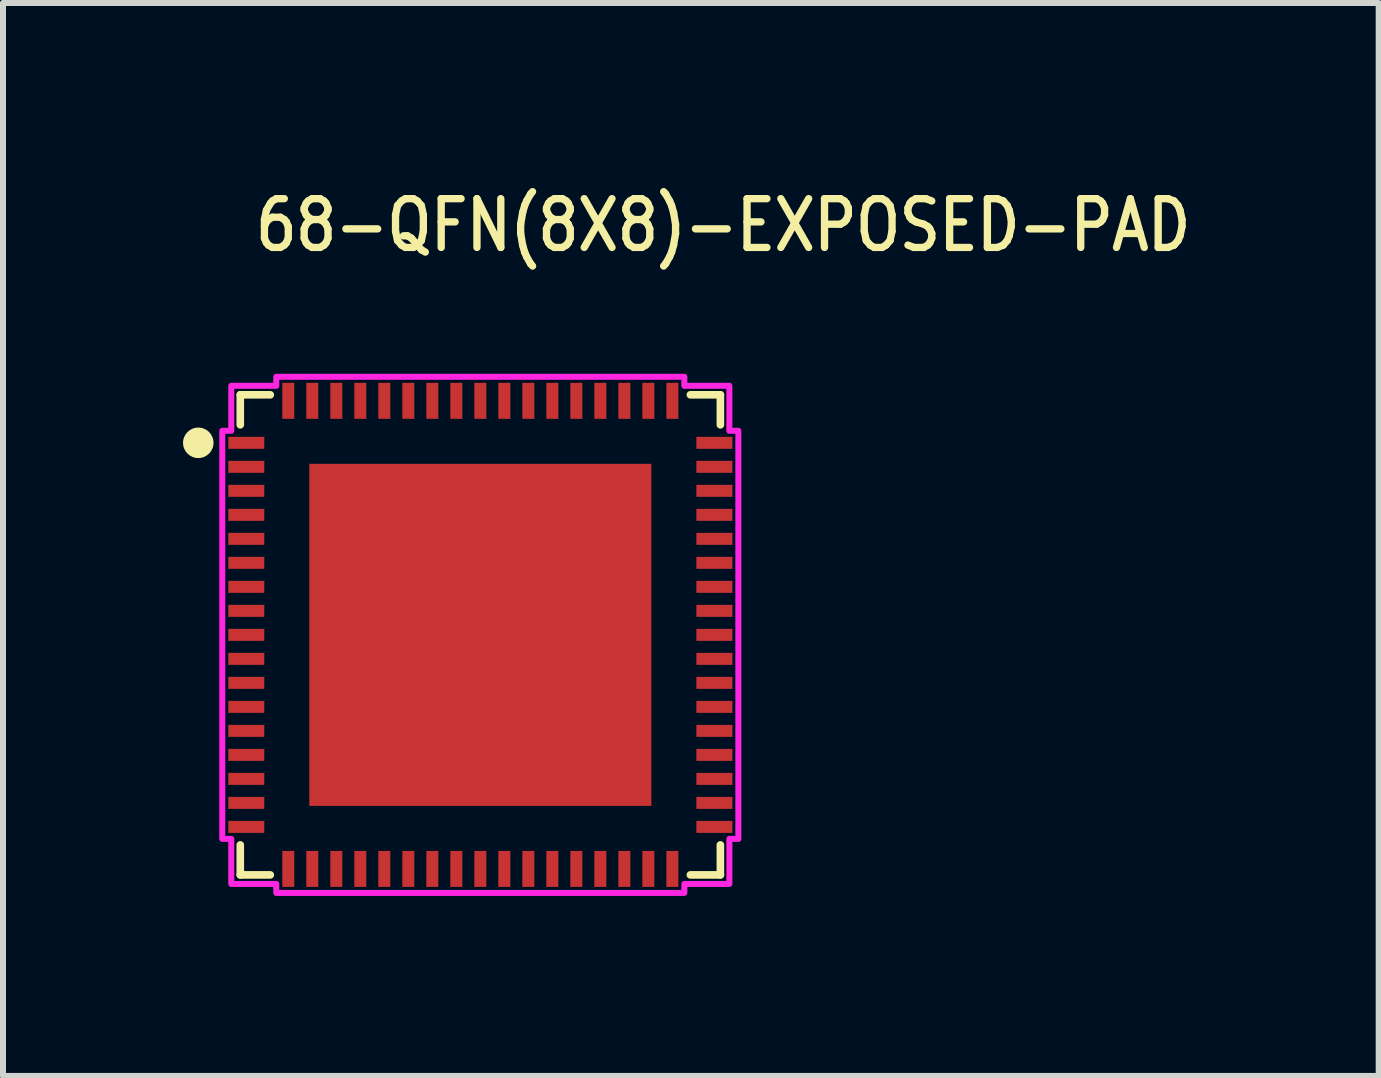
<source format=kicad_pcb>
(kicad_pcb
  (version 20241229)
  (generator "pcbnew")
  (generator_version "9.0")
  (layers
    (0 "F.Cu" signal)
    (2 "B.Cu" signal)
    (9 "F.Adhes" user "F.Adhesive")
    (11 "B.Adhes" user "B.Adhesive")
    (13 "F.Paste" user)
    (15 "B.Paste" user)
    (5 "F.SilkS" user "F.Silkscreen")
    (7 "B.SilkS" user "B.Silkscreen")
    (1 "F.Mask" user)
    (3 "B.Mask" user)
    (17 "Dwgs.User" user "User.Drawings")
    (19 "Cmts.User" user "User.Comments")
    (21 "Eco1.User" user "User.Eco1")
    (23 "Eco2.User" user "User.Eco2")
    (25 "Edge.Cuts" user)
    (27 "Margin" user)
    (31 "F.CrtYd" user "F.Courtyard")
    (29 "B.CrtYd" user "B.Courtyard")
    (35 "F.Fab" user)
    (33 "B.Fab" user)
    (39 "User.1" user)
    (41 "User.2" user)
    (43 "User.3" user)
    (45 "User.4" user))
  (footprint "68-QFN(8X8)-EXPOSED-PAD"
    (layer "F.Cu")
    (at 4.954 7.529)
    (property "Reference" "68-QFN(8X8)-EXPOSED-PAD" (at -3.81 -6.35 0) (unlocked yes) (layer "F.SilkS") (effects (font (size 0.813 0.695) (thickness 0.122)) (justify left bottom)))
    (fp_line (start -4 -4) (end -4 -3.5) (stroke (width 0.127) (type solid)) (layer "F.SilkS"))
    (fp_line (start -4 3.5) (end -4 4) (stroke (width 0.127) (type solid)) (layer "F.SilkS"))
    (fp_line (start -4 4) (end -3.5 4) (stroke (width 0.127) (type solid)) (layer "F.SilkS"))
    (fp_line (start -3.5 -4) (end -4 -4) (stroke (width 0.127) (type solid)) (layer "F.SilkS"))
    (fp_line (start 3.5 -4) (end 4 -4) (stroke (width 0.127) (type solid)) (layer "F.SilkS"))
    (fp_line (start 4 -4) (end 4 -3.5) (stroke (width 0.127) (type solid)) (layer "F.SilkS"))
    (fp_line (start 4 3.5) (end 4 4) (stroke (width 0.127) (type solid)) (layer "F.SilkS"))
    (fp_line (start 4 4) (end 3.5 4) (stroke (width 0.127) (type solid)) (layer "F.SilkS"))
    (fp_circle (center -4.7 -3.2) (end -4.446 -3.2) (stroke (width 0) (type solid)) (fill yes) (layer "F.SilkS"))
    (fp_poly (pts (xy -2.6 -2.6) (xy -1.45 -2.6) (xy -1.45 -1.45) (xy -2.6 -1.45)) (stroke (width 0) (type solid)) (fill yes) (layer "F.Paste"))
    (fp_poly (pts (xy -2.6 -1.25) (xy -1.45 -1.25) (xy -1.45 -0.1) (xy -2.6 -0.1)) (stroke (width 0) (type solid)) (fill yes) (layer "F.Paste"))
    (fp_poly (pts (xy -2.6 0.1) (xy -1.45 0.1) (xy -1.45 1.25) (xy -2.6 1.25)) (stroke (width 0) (type solid)) (fill yes) (layer "F.Paste"))
    (fp_poly (pts (xy -2.6 1.45) (xy -1.45 1.45) (xy -1.45 2.6) (xy -2.6 2.6)) (stroke (width 0) (type solid)) (fill yes) (layer "F.Paste"))
    (fp_poly (pts (xy -1.25 -2.6) (xy -0.1 -2.6) (xy -0.1 -1.45) (xy -1.25 -1.45)) (stroke (width 0) (type solid)) (fill yes) (layer "F.Paste"))
    (fp_poly (pts (xy -1.25 -1.25) (xy -0.1 -1.25) (xy -0.1 -0.1) (xy -1.25 -0.1)) (stroke (width 0) (type solid)) (fill yes) (layer "F.Paste"))
    (fp_poly (pts (xy -1.25 0.1) (xy -0.1 0.1) (xy -0.1 1.25) (xy -1.25 1.25)) (stroke (width 0) (type solid)) (fill yes) (layer "F.Paste"))
    (fp_poly (pts (xy -1.25 1.45) (xy -0.1 1.45) (xy -0.1 2.6) (xy -1.25 2.6)) (stroke (width 0) (type solid)) (fill yes) (layer "F.Paste"))
    (fp_poly (pts (xy 0.1 -2.6) (xy 1.25 -2.6) (xy 1.25 -1.45) (xy 0.1 -1.45)) (stroke (width 0) (type solid)) (fill yes) (layer "F.Paste"))
    (fp_poly (pts (xy 0.1 -1.25) (xy 1.25 -1.25) (xy 1.25 -0.1) (xy 0.1 -0.1)) (stroke (width 0) (type solid)) (fill yes) (layer "F.Paste"))
    (fp_poly (pts (xy 0.1 0.1) (xy 1.25 0.1) (xy 1.25 1.25) (xy 0.1 1.25)) (stroke (width 0) (type solid)) (fill yes) (layer "F.Paste"))
    (fp_poly (pts (xy 0.1 1.45) (xy 1.25 1.45) (xy 1.25 2.6) (xy 0.1 2.6)) (stroke (width 0) (type solid)) (fill yes) (layer "F.Paste"))
    (fp_poly (pts (xy 1.45 -2.6) (xy 2.6 -2.6) (xy 2.6 -1.45) (xy 1.45 -1.45)) (stroke (width 0) (type solid)) (fill yes) (layer "F.Paste"))
    (fp_poly (pts (xy 1.45 -1.25) (xy 2.6 -1.25) (xy 2.6 -0.1) (xy 1.45 -0.1)) (stroke (width 0) (type solid)) (fill yes) (layer "F.Paste"))
    (fp_poly (pts (xy 1.45 0.1) (xy 2.6 0.1) (xy 2.6 1.25) (xy 1.45 1.25)) (stroke (width 0) (type solid)) (fill yes) (layer "F.Paste"))
    (fp_poly (pts (xy 1.45 1.45) (xy 2.6 1.45) (xy 2.6 2.6) (xy 1.45 2.6)) (stroke (width 0) (type solid)) (fill yes) (layer "F.Paste"))
    (fp_poly (pts (xy 3.4 -4.15) (xy 3.4 -4.3) (xy -3.4 -4.3) (xy -3.4 -4.15) (xy -4.15 -4.15) (xy -4.15 -3.4) (xy -4.3 -3.4) (xy -4.3 3.4) (xy -4.15 3.4) (xy -4.15 4.15) (xy -3.4 4.15) (xy -3.4 4.3) (xy 3.4 4.3) (xy 3.4 4.15) (xy 4.15 4.15) (xy 4.15 3.4) (xy 4.3 3.4) (xy 4.3 -3.4) (xy 4.15 -3.4) (xy 4.15 -4.15)) (stroke (width 0.1) (type solid)) (fill no) (layer "F.CrtYd"))
    (pad "1" smd rect (at -3.9 -3.2) (size 0.6 0.2) (layers "F.Cu" "F.Mask" "F.Paste"))
    (pad "2" smd rect (at -3.9 -2.8) (size 0.6 0.2) (layers "F.Cu" "F.Mask" "F.Paste"))
    (pad "3" smd rect (at -3.9 -2.4) (size 0.6 0.2) (layers "F.Cu" "F.Mask" "F.Paste"))
    (pad "4" smd rect (at -3.9 -2) (size 0.6 0.2) (layers "F.Cu" "F.Mask" "F.Paste"))
    (pad "5" smd rect (at -3.9 -1.6) (size 0.6 0.2) (layers "F.Cu" "F.Mask" "F.Paste"))
    (pad "6" smd rect (at -3.9 -1.2) (size 0.6 0.2) (layers "F.Cu" "F.Mask" "F.Paste"))
    (pad "7" smd rect (at -3.9 -0.8) (size 0.6 0.2) (layers "F.Cu" "F.Mask" "F.Paste"))
    (pad "8" smd rect (at -3.9 -0.4) (size 0.6 0.2) (layers "F.Cu" "F.Mask" "F.Paste"))
    (pad "9" smd rect (at -3.9 0) (size 0.6 0.2) (layers "F.Cu" "F.Mask" "F.Paste"))
    (pad "10" smd rect (at -3.9 0.4) (size 0.6 0.2) (layers "F.Cu" "F.Mask" "F.Paste"))
    (pad "11" smd rect (at -3.9 0.8) (size 0.6 0.2) (layers "F.Cu" "F.Mask" "F.Paste"))
    (pad "12" smd rect (at -3.9 1.2) (size 0.6 0.2) (layers "F.Cu" "F.Mask" "F.Paste"))
    (pad "13" smd rect (at -3.9 1.6) (size 0.6 0.2) (layers "F.Cu" "F.Mask" "F.Paste"))
    (pad "14" smd rect (at -3.9 2) (size 0.6 0.2) (layers "F.Cu" "F.Mask" "F.Paste"))
    (pad "15" smd rect (at -3.9 2.4) (size 0.6 0.2) (layers "F.Cu" "F.Mask" "F.Paste"))
    (pad "16" smd rect (at -3.9 2.8) (size 0.6 0.2) (layers "F.Cu" "F.Mask" "F.Paste"))
    (pad "17" smd rect (at -3.9 3.2) (size 0.6 0.2) (layers "F.Cu" "F.Mask" "F.Paste"))
    (pad "18" smd rect (at -3.2 3.9) (size 0.2 0.6) (layers "F.Cu" "F.Mask" "F.Paste"))
    (pad "19" smd rect (at -2.8 3.9) (size 0.2 0.6) (layers "F.Cu" "F.Mask" "F.Paste"))
    (pad "20" smd rect (at -2.4 3.9) (size 0.2 0.6) (layers "F.Cu" "F.Mask" "F.Paste"))
    (pad "21" smd rect (at -2 3.9) (size 0.2 0.6) (layers "F.Cu" "F.Mask" "F.Paste"))
    (pad "22" smd rect (at -1.6 3.9) (size 0.2 0.6) (layers "F.Cu" "F.Mask" "F.Paste"))
    (pad "23" smd rect (at -1.2 3.9) (size 0.2 0.6) (layers "F.Cu" "F.Mask" "F.Paste"))
    (pad "24" smd rect (at -0.8 3.9) (size 0.2 0.6) (layers "F.Cu" "F.Mask" "F.Paste"))
    (pad "25" smd rect (at -0.4 3.9) (size 0.2 0.6) (layers "F.Cu" "F.Mask" "F.Paste"))
    (pad "26" smd rect (at 0 3.9) (size 0.2 0.6) (layers "F.Cu" "F.Mask" "F.Paste"))
    (pad "27" smd rect (at 0.4 3.9) (size 0.2 0.6) (layers "F.Cu" "F.Mask" "F.Paste"))
    (pad "28" smd rect (at 0.8 3.9) (size 0.2 0.6) (layers "F.Cu" "F.Mask" "F.Paste"))
    (pad "29" smd rect (at 1.2 3.9) (size 0.2 0.6) (layers "F.Cu" "F.Mask" "F.Paste"))
    (pad "30" smd rect (at 1.6 3.9) (size 0.2 0.6) (layers "F.Cu" "F.Mask" "F.Paste"))
    (pad "31" smd rect (at 2 3.9) (size 0.2 0.6) (layers "F.Cu" "F.Mask" "F.Paste"))
    (pad "32" smd rect (at 2.4 3.9) (size 0.2 0.6) (layers "F.Cu" "F.Mask" "F.Paste"))
    (pad "33" smd rect (at 2.8 3.9) (size 0.2 0.6) (layers "F.Cu" "F.Mask" "F.Paste"))
    (pad "34" smd rect (at 3.2 3.9) (size 0.2 0.6) (layers "F.Cu" "F.Mask" "F.Paste"))
    (pad "35" smd rect (at 3.9 3.2) (size 0.6 0.2) (layers "F.Cu" "F.Mask" "F.Paste"))
    (pad "36" smd rect (at 3.9 2.8) (size 0.6 0.2) (layers "F.Cu" "F.Mask" "F.Paste"))
    (pad "37" smd rect (at 3.9 2.4) (size 0.6 0.2) (layers "F.Cu" "F.Mask" "F.Paste"))
    (pad "38" smd rect (at 3.9 2) (size 0.6 0.2) (layers "F.Cu" "F.Mask" "F.Paste"))
    (pad "39" smd rect (at 3.9 1.6) (size 0.6 0.2) (layers "F.Cu" "F.Mask" "F.Paste"))
    (pad "40" smd rect (at 3.9 1.2) (size 0.6 0.2) (layers "F.Cu" "F.Mask" "F.Paste"))
    (pad "41" smd rect (at 3.9 0.8) (size 0.6 0.2) (layers "F.Cu" "F.Mask" "F.Paste"))
    (pad "42" smd rect (at 3.9 0.4) (size 0.6 0.2) (layers "F.Cu" "F.Mask" "F.Paste"))
    (pad "43" smd rect (at 3.9 0) (size 0.6 0.2) (layers "F.Cu" "F.Mask" "F.Paste"))
    (pad "44" smd rect (at 3.9 -0.4) (size 0.6 0.2) (layers "F.Cu" "F.Mask" "F.Paste"))
    (pad "45" smd rect (at 3.9 -0.8) (size 0.6 0.2) (layers "F.Cu" "F.Mask" "F.Paste"))
    (pad "46" smd rect (at 3.9 -1.2) (size 0.6 0.2) (layers "F.Cu" "F.Mask" "F.Paste"))
    (pad "47" smd rect (at 3.9 -1.6) (size 0.6 0.2) (layers "F.Cu" "F.Mask" "F.Paste"))
    (pad "48" smd rect (at 3.9 -2) (size 0.6 0.2) (layers "F.Cu" "F.Mask" "F.Paste"))
    (pad "49" smd rect (at 3.9 -2.4) (size 0.6 0.2) (layers "F.Cu" "F.Mask" "F.Paste"))
    (pad "50" smd rect (at 3.9 -2.8) (size 0.6 0.2) (layers "F.Cu" "F.Mask" "F.Paste"))
    (pad "51" smd rect (at 3.9 -3.2) (size 0.6 0.2) (layers "F.Cu" "F.Mask" "F.Paste"))
    (pad "52" smd rect (at 3.2 -3.9) (size 0.2 0.6) (layers "F.Cu" "F.Mask" "F.Paste"))
    (pad "53" smd rect (at 2.8 -3.9) (size 0.2 0.6) (layers "F.Cu" "F.Mask" "F.Paste"))
    (pad "54" smd rect (at 2.4 -3.9) (size 0.2 0.6) (layers "F.Cu" "F.Mask" "F.Paste"))
    (pad "55" smd rect (at 2 -3.9) (size 0.2 0.6) (layers "F.Cu" "F.Mask" "F.Paste"))
    (pad "56" smd rect (at 1.6 -3.9) (size 0.2 0.6) (layers "F.Cu" "F.Mask" "F.Paste"))
    (pad "57" smd rect (at 1.2 -3.9) (size 0.2 0.6) (layers "F.Cu" "F.Mask" "F.Paste"))
    (pad "58" smd rect (at 0.8 -3.9) (size 0.2 0.6) (layers "F.Cu" "F.Mask" "F.Paste"))
    (pad "59" smd rect (at 0.4 -3.9) (size 0.2 0.6) (layers "F.Cu" "F.Mask" "F.Paste"))
    (pad "60" smd rect (at 0 -3.9) (size 0.2 0.6) (layers "F.Cu" "F.Mask" "F.Paste"))
    (pad "61" smd rect (at -0.4 -3.9) (size 0.2 0.6) (layers "F.Cu" "F.Mask" "F.Paste"))
    (pad "62" smd rect (at -0.8 -3.9) (size 0.2 0.6) (layers "F.Cu" "F.Mask" "F.Paste"))
    (pad "63" smd rect (at -1.2 -3.9) (size 0.2 0.6) (layers "F.Cu" "F.Mask" "F.Paste"))
    (pad "64" smd rect (at -1.6 -3.9) (size 0.2 0.6) (layers "F.Cu" "F.Mask" "F.Paste"))
    (pad "65" smd rect (at -2 -3.9) (size 0.2 0.6) (layers "F.Cu" "F.Mask" "F.Paste"))
    (pad "66" smd rect (at -2.4 -3.9) (size 0.2 0.6) (layers "F.Cu" "F.Mask" "F.Paste"))
    (pad "67" smd rect (at -2.8 -3.9) (size 0.2 0.6) (layers "F.Cu" "F.Mask" "F.Paste"))
    (pad "68" smd rect (at -3.2 -3.9) (size 0.2 0.6) (layers "F.Cu" "F.Mask" "F.Paste"))
    (pad "69" smd rect (at 0 0) (size 5.7 5.7) (layers "F.Cu" "F.Mask")))
  (gr_rect
    (start -3 -3)
    (end 19.924 14.879)
    (stroke (width 0.1) (type default))
    (fill no)
    (layer "Edge.Cuts")))
</source>
